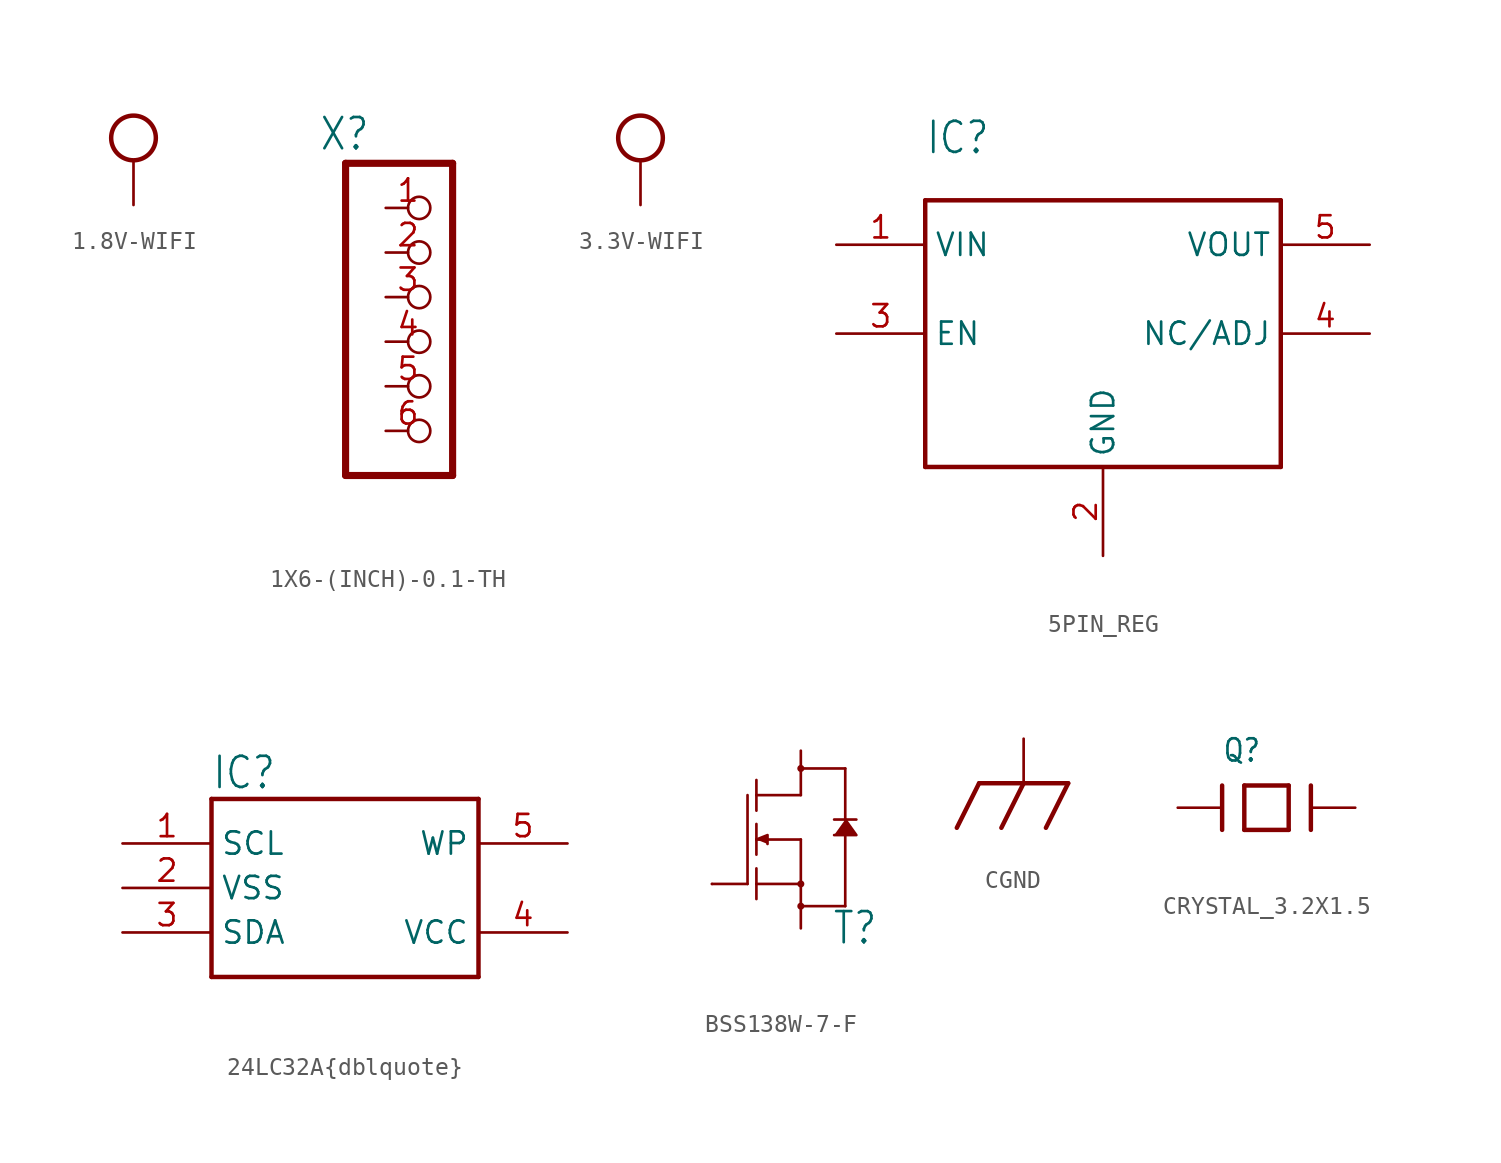
<source format=kicad_sym>
(kicad_symbol_lib
  (version 20231120)
  (generator "kicad_symbol_editor")
  (generator_version "8.0")
  (symbol "1.8V-WIFI"
    (power)
    (property "Reference" "#SUPPLY"
      (at 0 0 0)
      (effects (font (size 1.27 1.27)) (hide yes)))
    (property "Value" ""
      (at 0 4.064 0)
      (effects (font (size 1.778 1.511))))
    (property "ki_locked" ""
      (at 0 0 0)
      (effects (font (size 1.27 1.27))))
    (symbol "1.8V-WIFI_1_0"
      (circle (center 0 1.27) (radius 1.27) (stroke (width 0.254) (type solid)) (fill (type none)))
      (pin power_in line (at 0 -2.54 90) (length 2.54) (name "1.8V-WIFI" (effects (font (size 0 0)))) (number "1" (effects (font (size 0 0)))))))
  (symbol "1X6-(INCH)-0.1-TH"
    (property "Reference" "X"
      (at -6.35 10.795 0)
      (effects (font (size 1.778 1.511)) (justify left bottom)))
    (property "Value" ""
      (at -6.35 -10.16 0)
      (effects (font (size 1.778 1.511)) (justify left bottom)))
    (property "ki_locked" ""
      (at 0 0 0)
      (effects (font (size 1.27 1.27))))
    (symbol "1X6-(INCH)-0.1-TH_1_0"
      (polyline (pts (xy -4.826 -7.62) (xy 1.27 -7.62)) (stroke (width 0.406) (type solid)) (fill (type none)))
      (polyline (pts (xy -4.826 10.16) (xy -4.826 -7.62)) (stroke (width 0.406) (type solid)) (fill (type none)))
      (polyline (pts (xy 1.27 -7.62) (xy 1.27 10.16)) (stroke (width 0.406) (type solid)) (fill (type none)))
      (polyline (pts (xy 1.27 10.16) (xy -4.826 10.16)) (stroke (width 0.406) (type solid)) (fill (type none)))
      (pin passive inverted (at -2.54 7.62 0) (length 2.54) (name "1" (effects (font (size 0 0)))) (number "1" (effects (font (size 1.27 1.27)))))
      (pin passive inverted (at -2.54 5.08 0) (length 2.54) (name "2" (effects (font (size 0 0)))) (number "2" (effects (font (size 1.27 1.27)))))
      (pin passive inverted (at -2.54 2.54 0) (length 2.54) (name "3" (effects (font (size 0 0)))) (number "3" (effects (font (size 1.27 1.27)))))
      (pin passive inverted (at -2.54 0 0) (length 2.54) (name "4" (effects (font (size 0 0)))) (number "4" (effects (font (size 1.27 1.27)))))
      (pin passive inverted (at -2.54 -2.54 0) (length 2.54) (name "5" (effects (font (size 0 0)))) (number "5" (effects (font (size 1.27 1.27)))))
      (pin passive inverted (at -2.54 -5.08 0) (length 2.54) (name "6" (effects (font (size 0 0)))) (number "6" (effects (font (size 1.27 1.27)))))))
  (symbol "3.3V-WIFI"
    (power)
    (property "Reference" "#SUPPLY"
      (at 0 0 0)
      (effects (font (size 1.27 1.27)) (hide yes)))
    (property "Value" ""
      (at 0 4.064 0)
      (effects (font (size 1.778 1.511))))
    (property "ki_locked" ""
      (at 0 0 0)
      (effects (font (size 1.27 1.27))))
    (symbol "3.3V-WIFI_1_0"
      (circle (center 0 1.27) (radius 1.27) (stroke (width 0.254) (type solid)) (fill (type none)))
      (pin power_in line (at 0 -2.54 90) (length 2.54) (name "3.3V-WIFI" (effects (font (size 0 0)))) (number "1" (effects (font (size 0 0)))))))
  (symbol "5PIN_REG"
    (property "Reference" "IC"
      (at -10.16 10.16 0)
      (effects (font (size 1.778 1.511)) (justify left bottom)))
    (property "Value" ""
      (at -10.16 -10.16 0)
      (effects (font (size 1.778 1.511)) (justify left bottom)))
    (property "ki_locked" ""
      (at 0 0 0)
      (effects (font (size 1.27 1.27))))
    (symbol "5PIN_REG_1_0"
      (polyline (pts (xy -10.16 -7.62) (xy -10.16 7.62)) (stroke (width 0.254) (type solid)) (fill (type none)))
      (polyline (pts (xy -10.16 7.62) (xy 10.16 7.62)) (stroke (width 0.254) (type solid)) (fill (type none)))
      (polyline (pts (xy 10.16 -7.62) (xy -10.16 -7.62)) (stroke (width 0.254) (type solid)) (fill (type none)))
      (polyline (pts (xy 10.16 7.62) (xy 10.16 -7.62)) (stroke (width 0.254) (type solid)) (fill (type none)))
      (pin bidirectional line (at -15.24 5.08 0) (length 5.08) (name "VIN" (effects (font (size 1.27 1.27)))) (number "1" (effects (font (size 1.27 1.27)))))
      (pin bidirectional line (at 0 -12.7 90) (length 5.08) (name "GND" (effects (font (size 1.27 1.27)))) (number "2" (effects (font (size 1.27 1.27)))))
      (pin bidirectional line (at -15.24 0 0) (length 5.08) (name "EN" (effects (font (size 1.27 1.27)))) (number "3" (effects (font (size 1.27 1.27)))))
      (pin bidirectional line (at 15.24 0 180) (length 5.08) (name "NC/ADJ" (effects (font (size 1.27 1.27)))) (number "4" (effects (font (size 1.27 1.27)))))
      (pin bidirectional line (at 15.24 5.08 180) (length 5.08) (name "VOUT" (effects (font (size 1.27 1.27)))) (number "5" (effects (font (size 1.27 1.27)))))))
  (symbol "24LC32A{dblquote}"
    (property "Reference" "IC"
      (at -7.62 7.62 0)
      (effects (font (size 1.778 1.511)) (justify left top)))
    (property "Value" ""
      (at -7.62 -7.62 0)
      (effects (font (size 1.778 1.511)) (justify left bottom)))
    (property "ki_locked" ""
      (at 0 0 0)
      (effects (font (size 1.27 1.27))))
    (symbol "24LC32A{dblquote}_1_0"
      (polyline (pts (xy -7.62 -5.08) (xy -7.62 5.08)) (stroke (width 0.254) (type solid)) (fill (type none)))
      (polyline (pts (xy -7.62 5.08) (xy 7.62 5.08)) (stroke (width 0.254) (type solid)) (fill (type none)))
      (polyline (pts (xy 7.62 -5.08) (xy -7.62 -5.08)) (stroke (width 0.254) (type solid)) (fill (type none)))
      (polyline (pts (xy 7.62 5.08) (xy 7.62 -5.08)) (stroke (width 0.254) (type solid)) (fill (type none)))
      (pin bidirectional line (at -12.7 2.54 0) (length 5.08) (name "SCL" (effects (font (size 1.27 1.27)))) (number "1" (effects (font (size 1.27 1.27)))))
      (pin bidirectional line (at -12.7 0 0) (length 5.08) (name "VSS" (effects (font (size 1.27 1.27)))) (number "2" (effects (font (size 1.27 1.27)))))
      (pin bidirectional line (at -12.7 -2.54 0) (length 5.08) (name "SDA" (effects (font (size 1.27 1.27)))) (number "3" (effects (font (size 1.27 1.27)))))
      (pin bidirectional line (at 12.7 -2.54 180) (length 5.08) (name "VCC" (effects (font (size 1.27 1.27)))) (number "4" (effects (font (size 1.27 1.27)))))
      (pin bidirectional line (at 12.7 2.54 180) (length 5.08) (name "WP" (effects (font (size 1.27 1.27)))) (number "5" (effects (font (size 1.27 1.27)))))))
  (symbol "BSS138W-7-F"
    (property "Reference" "T"
      (at 1.778 -6.096 0)
      (effects (font (size 1.778 1.511)) (justify left bottom)))
    (property "Value" ""
      (at 1.778 -8.128 0)
      (effects (font (size 1.778 1.511)) (justify left bottom)))
    (property "ki_locked" ""
      (at 0 0 0)
      (effects (font (size 1.27 1.27))))
    (symbol "BSS138W-7-F_1_0"
      (circle (center 0 -3.81) (radius 0.127) (stroke (width 0.152) (type solid)) (fill (type none)))
      (circle (center 0 -2.54) (radius 0.127) (stroke (width 0.152) (type solid)) (fill (type none)))
      (polyline (pts (xy -5.08 -2.54) (xy -3.048 -2.54)) (stroke (width 0.152) (type solid)) (fill (type none)))
      (polyline (pts (xy -3.048 -2.54) (xy -3.048 2.54)) (stroke (width 0.152) (type solid)) (fill (type none)))
      (polyline (pts (xy -2.54 -3.404) (xy -2.54 -2.54)) (stroke (width 0.152) (type solid)) (fill (type none)))
      (polyline (pts (xy -2.54 -2.54) (xy -2.54 -1.651)) (stroke (width 0.152) (type solid)) (fill (type none)))
      (polyline (pts (xy -2.54 0) (xy -2.54 -0.864)) (stroke (width 0.152) (type solid)) (fill (type none)))
      (polyline (pts (xy -2.54 0) (xy -2.54 0.889)) (stroke (width 0.152) (type solid)) (fill (type none)))
      (polyline (pts (xy -2.54 2.54) (xy -2.54 1.651)) (stroke (width 0.152) (type solid)) (fill (type none)))
      (polyline (pts (xy -2.54 2.54) (xy -2.54 3.404)) (stroke (width 0.152) (type solid)) (fill (type none)))
      (polyline (pts (xy 0 -2.54) (xy -2.54 -2.54)) (stroke (width 0.152) (type solid)) (fill (type none)))
      (polyline (pts (xy 0 -2.54) (xy 0 -2.565)) (stroke (width 0.152) (type solid)) (fill (type none)))
      (polyline (pts (xy 0 0) (xy -2.54 0)) (stroke (width 0.152) (type solid)) (fill (type none)))
      (polyline (pts (xy 0 0) (xy 0 -2.54)) (stroke (width 0.152) (type solid)) (fill (type none)))
      (polyline (pts (xy 0 2.54) (xy -2.54 2.54)) (stroke (width 0.152) (type solid)) (fill (type none)))
      (polyline (pts (xy 0 4.064) (xy 2.54 4.064)) (stroke (width 0.152) (type solid)) (fill (type none)))
      (polyline (pts (xy 1.905 1.143) (xy 2.54 1.143)) (stroke (width 0.152) (type solid)) (fill (type none)))
      (polyline (pts (xy 2.54 -3.81) (xy 0 -3.81)) (stroke (width 0.152) (type solid)) (fill (type none)))
      (polyline (pts (xy 2.54 -3.81) (xy 2.54 0.254)) (stroke (width 0.152) (type solid)) (fill (type none)))
      (polyline (pts (xy 2.54 1.143) (xy 3.175 1.143)) (stroke (width 0.152) (type solid)) (fill (type none)))
      (polyline (pts (xy 2.54 4.064) (xy 2.54 1.143)) (stroke (width 0.152) (type solid)) (fill (type none)))
      (polyline (pts (xy -2.54 0) (xy -1.905 0.254) (xy -1.905 -0.254)) (stroke (width 0.152) (type solid)) (fill (type outline)))
      (polyline (pts (xy 1.905 0.254) (xy 3.175 0.254) (xy 2.54 1.143)) (stroke (width 0.152) (type solid)) (fill (type outline)))
      (circle (center 0 4.064) (radius 0.127) (stroke (width 0.152) (type solid)) (fill (type none)))
      (pin bidirectional line (at 0 5.08 270) (length 2.54) (name "D" (effects (font (size 0 0)))) (number "D" (effects (font (size 0 0)))))
      (pin bidirectional line (at -5.08 -2.54 0) (length 0) (name "G" (effects (font (size 0 0)))) (number "G" (effects (font (size 0 0)))))
      (pin bidirectional line (at 0 -5.08 90) (length 2.54) (name "S" (effects (font (size 0 0)))) (number "S" (effects (font (size 0 0)))))))
  (symbol "CGND"
    (power)
    (property "Reference" "#SUPPLY"
      (at 0 0 0)
      (effects (font (size 1.27 1.27)) (hide yes)))
    (property "Value" ""
      (at 0 -3.556 0)
      (effects (font (size 1.778 1.511))))
    (property "ki_locked" ""
      (at 0 0 0)
      (effects (font (size 1.27 1.27))))
    (symbol "CGND_1_0"
      (polyline (pts (xy -2.54 0) (xy -3.81 -2.54)) (stroke (width 0.254) (type solid)) (fill (type none)))
      (polyline (pts (xy -2.54 0) (xy 0 0)) (stroke (width 0.254) (type solid)) (fill (type none)))
      (polyline (pts (xy 0 0) (xy -1.27 -2.54)) (stroke (width 0.254) (type solid)) (fill (type none)))
      (polyline (pts (xy 0 0) (xy 2.54 0)) (stroke (width 0.254) (type solid)) (fill (type none)))
      (polyline (pts (xy 2.54 0) (xy 1.27 -2.54)) (stroke (width 0.254) (type solid)) (fill (type none)))
      (pin power_in line (at 0 2.54 270) (length 2.54) (name "CGND" (effects (font (size 0 0)))) (number "1" (effects (font (size 0 0)))))))
  (symbol "CRYSTAL_3.2X1.5"
    (property "Reference" "Q"
      (at -2.54 2.54 0)
      (effects (font (size 1.27 1.079)) (justify left bottom)))
    (property "Value" ""
      (at -2.54 -3.81 0)
      (effects (font (size 1.27 1.079)) (justify left bottom)))
    (property "ki_locked" ""
      (at 0 0 0)
      (effects (font (size 1.27 1.27))))
    (symbol "CRYSTAL_3.2X1.5_1_0"
      (polyline (pts (xy -2.54 1.27) (xy -2.54 -1.27)) (stroke (width 0.254) (type solid)) (fill (type none)))
      (polyline (pts (xy -1.27 -1.27) (xy 1.27 -1.27)) (stroke (width 0.254) (type solid)) (fill (type none)))
      (polyline (pts (xy -1.27 1.27) (xy -1.27 -1.27)) (stroke (width 0.254) (type solid)) (fill (type none)))
      (polyline (pts (xy 1.27 -1.27) (xy 1.27 1.27)) (stroke (width 0.254) (type solid)) (fill (type none)))
      (polyline (pts (xy 1.27 1.27) (xy -1.27 1.27)) (stroke (width 0.254) (type solid)) (fill (type none)))
      (polyline (pts (xy 2.54 1.27) (xy 2.54 -1.27)) (stroke (width 0.254) (type solid)) (fill (type none)))
      (pin passive line (at -5.08 0 0) (length 2.54) (name "P$1" (effects (font (size 0 0)))) (number "P$1" (effects (font (size 0 0)))))
      (pin passive line (at 5.08 0 180) (length 2.54) (name "P$2" (effects (font (size 0 0)))) (number "P$2" (effects (font (size 0 0))))))))
</source>
